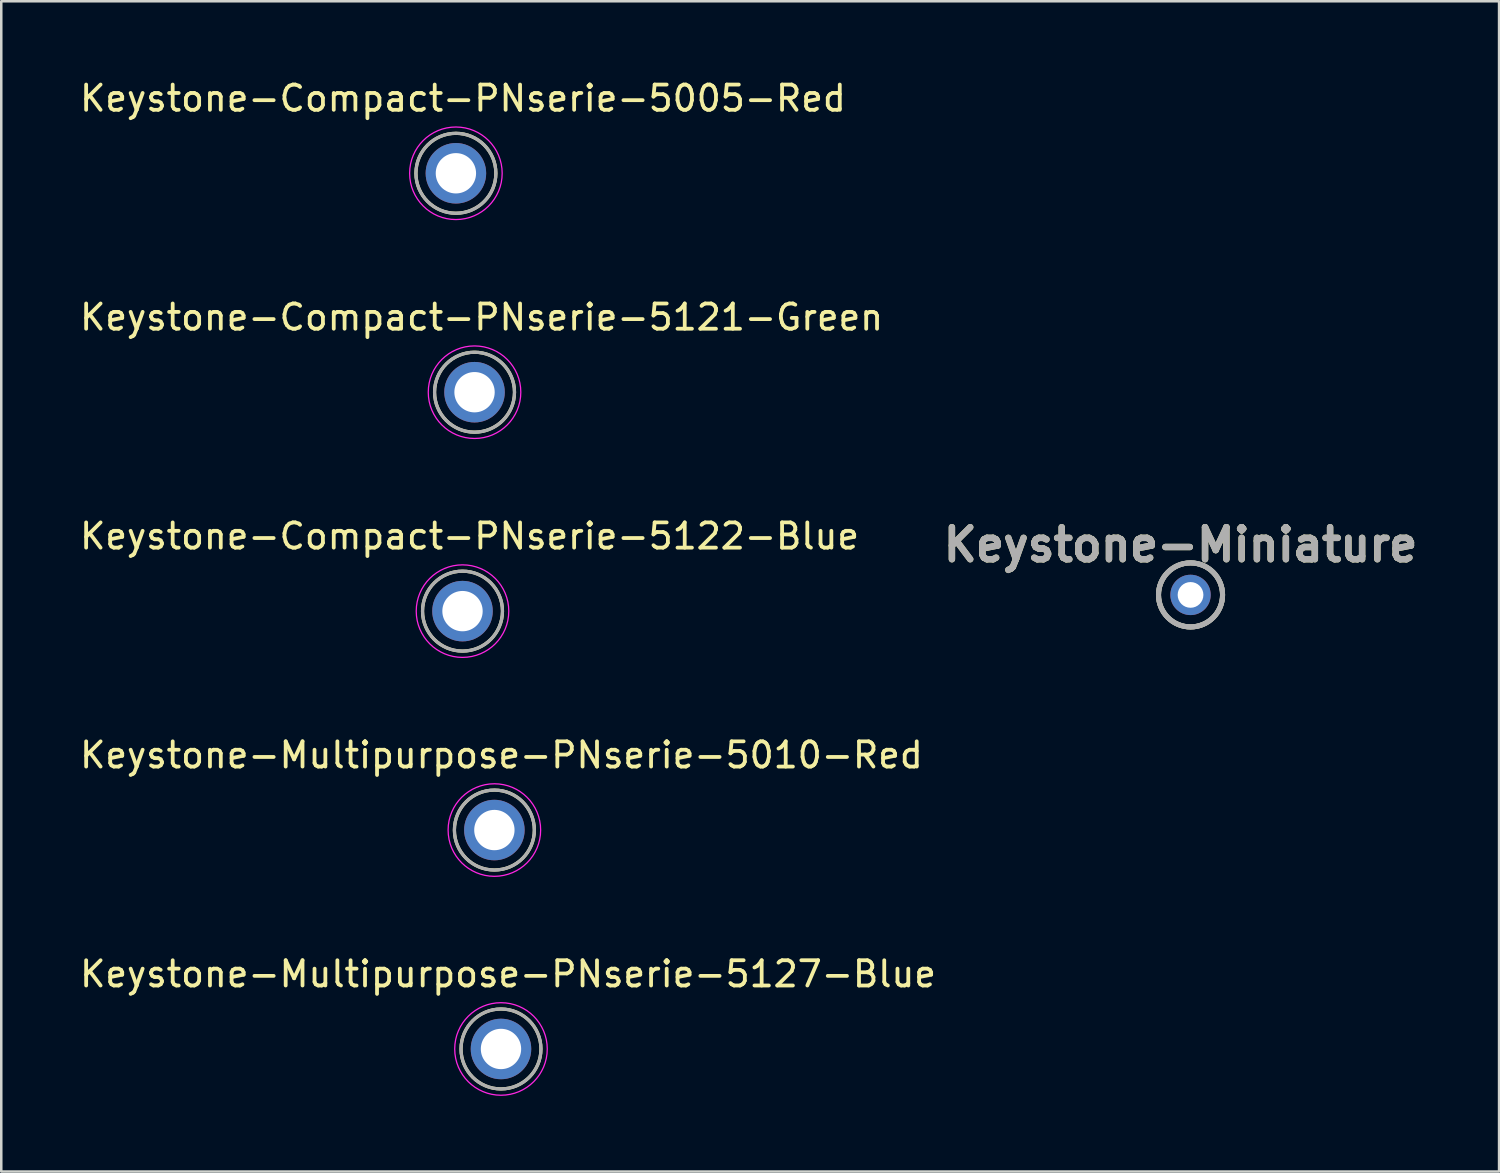
<source format=kicad_pcb>
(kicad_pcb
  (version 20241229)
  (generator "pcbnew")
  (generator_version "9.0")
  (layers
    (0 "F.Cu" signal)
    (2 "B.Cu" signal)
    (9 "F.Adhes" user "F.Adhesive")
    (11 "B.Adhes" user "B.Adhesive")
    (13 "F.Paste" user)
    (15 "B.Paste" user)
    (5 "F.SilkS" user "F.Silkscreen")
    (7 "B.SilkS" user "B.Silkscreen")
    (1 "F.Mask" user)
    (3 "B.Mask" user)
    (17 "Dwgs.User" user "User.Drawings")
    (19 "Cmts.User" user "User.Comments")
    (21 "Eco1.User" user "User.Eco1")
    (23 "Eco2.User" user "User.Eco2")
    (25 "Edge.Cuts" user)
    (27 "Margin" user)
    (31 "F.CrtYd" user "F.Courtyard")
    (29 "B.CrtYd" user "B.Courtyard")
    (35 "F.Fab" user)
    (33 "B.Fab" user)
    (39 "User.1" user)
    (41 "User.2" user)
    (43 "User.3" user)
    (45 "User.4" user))
  (footprint "Keystone-Compact-PNserie-5005-Red"
    (layer "F.Cu")
    (at 15.03 3.822)
    (property "Reference" "Keystone-Compact-PNserie-5005-Red" (at 0.28 -2.973 0) (layer "F.SilkS") (effects (font (size 1.001 1.001) (thickness 0.15))))
    (attr through_hole)
    (fp_circle (center 0 0) (end 1.585 0) (stroke (width 0.127) (type solid)) (fill no) (layer "F.SilkS"))
    (fp_circle (center 0 0) (end 1.835 0) (stroke (width 0.05) (type solid)) (fill no) (layer "F.CrtYd"))
    (fp_circle (center 0 0) (end 1.585 0) (stroke (width 0.127) (type solid)) (fill no) (layer "F.Fab"))
    (pad "TP" thru_hole circle (at 0 0) (size 2.4 2.4) (drill 1.6) (layers "*.Cu" "*.Mask")))
  (footprint "Keystone-Compact-PNserie-5121-Green"
    (layer "F.Cu")
    (at 15.769 12.504)
    (property "Reference" "Keystone-Compact-PNserie-5121-Green" (at 0.28 -2.973 0) (layer "F.SilkS") (effects (font (size 1.001 1.001) (thickness 0.15))))
    (attr through_hole)
    (fp_circle (center 0 0) (end 1.585 0) (stroke (width 0.127) (type solid)) (fill no) (layer "F.SilkS"))
    (fp_circle (center 0 0) (end 1.835 0) (stroke (width 0.05) (type solid)) (fill no) (layer "F.CrtYd"))
    (fp_circle (center 0 0) (end 1.585 0) (stroke (width 0.127) (type solid)) (fill no) (layer "F.Fab"))
    (pad "TP" thru_hole circle (at 0 0) (size 2.4 2.4) (drill 1.6) (layers "*.Cu" "*.Mask")))
  (footprint "Keystone-Miniature"
    (layer "F.Cu")
    (at 44.164 20.543)
    (property "Reference" "Keystone-Miniature" (at -0.392 -1.99 0) (layer "F.SilkS") (effects (font (size 1.27 1.27) (thickness 0.254))))
    (attr through_hole)
    (fp_circle (center 0 0) (end 0 1.27) (stroke (width 0.2) (type solid)) (fill no) (layer "F.SilkS"))
    (fp_circle (center 0 0) (end 0 1.27) (stroke (width 0.2) (type solid)) (fill no) (layer "F.Fab"))
    (fp_circle (center 0 0) (end 0 1.27) (stroke (width 0.2) (type solid)) (fill no) (layer "F.Fab"))
    (fp_text user "${REFERENCE}" (at -0.392 -1.99 0) (layer "F.Fab") (effects (font (size 1.27 1.27) (thickness 0.254))))
    (pad "TP" thru_hole circle (at 0 0) (size 1.6 1.6) (drill 1.02) (layers "*.Cu" "*.Mask")))
  (footprint "Keystone-Multipurpose-PNserie-5127-Blue"
    (layer "F.Cu")
    (at 16.818 38.55)
    (property "Reference" "Keystone-Multipurpose-PNserie-5127-Blue" (at 0.28 -2.973 0) (layer "F.SilkS") (effects (font (size 1.001 1.001) (thickness 0.15))))
    (attr through_hole)
    (fp_circle (center 0 0) (end 1.585 0) (stroke (width 0.127) (type solid)) (fill no) (layer "F.SilkS"))
    (fp_circle (center 0 0) (end 1.835 0) (stroke (width 0.05) (type solid)) (fill no) (layer "F.CrtYd"))
    (fp_circle (center 0 0) (end 1.585 0) (stroke (width 0.127) (type solid)) (fill no) (layer "F.Fab"))
    (pad "TP" thru_hole circle (at 0 0) (size 2.4 2.4) (drill 1.6) (layers "*.Cu" "*.Mask")))
  (footprint "Keystone-Compact-PNserie-5122-Blue"
    (layer "F.Cu")
    (at 15.292 21.186)
    (property "Reference" "Keystone-Compact-PNserie-5122-Blue" (at 0.28 -2.973 0) (layer "F.SilkS") (effects (font (size 1.001 1.001) (thickness 0.15))))
    (attr through_hole)
    (fp_circle (center 0 0) (end 1.585 0) (stroke (width 0.127) (type solid)) (fill no) (layer "F.SilkS"))
    (fp_circle (center 0 0) (end 1.835 0) (stroke (width 0.05) (type solid)) (fill no) (layer "F.CrtYd"))
    (fp_circle (center 0 0) (end 1.585 0) (stroke (width 0.127) (type solid)) (fill no) (layer "F.Fab"))
    (pad "TP" thru_hole circle (at 0 0) (size 2.4 2.4) (drill 1.6) (layers "*.Cu" "*.Mask")))
  (footprint "Keystone-Multipurpose-PNserie-5010-Red"
    (layer "F.Cu")
    (at 16.556 29.868)
    (property "Reference" "Keystone-Multipurpose-PNserie-5010-Red" (at 0.28 -2.973 0) (layer "F.SilkS") (effects (font (size 1.001 1.001) (thickness 0.15))))
    (attr through_hole)
    (fp_circle (center 0 0) (end 1.585 0) (stroke (width 0.127) (type solid)) (fill no) (layer "F.SilkS"))
    (fp_circle (center 0 0) (end 1.835 0) (stroke (width 0.05) (type solid)) (fill no) (layer "F.CrtYd"))
    (fp_circle (center 0 0) (end 1.585 0) (stroke (width 0.127) (type solid)) (fill no) (layer "F.Fab"))
    (pad "TP" thru_hole circle (at 0 0) (size 2.4 2.4) (drill 1.6) (layers "*.Cu" "*.Mask")))
  (gr_rect
    (start -3 -3)
    (end 56.4 43.41)
    (stroke (width 0.1) (type default))
    (fill no)
    (layer "Edge.Cuts")))
</source>
